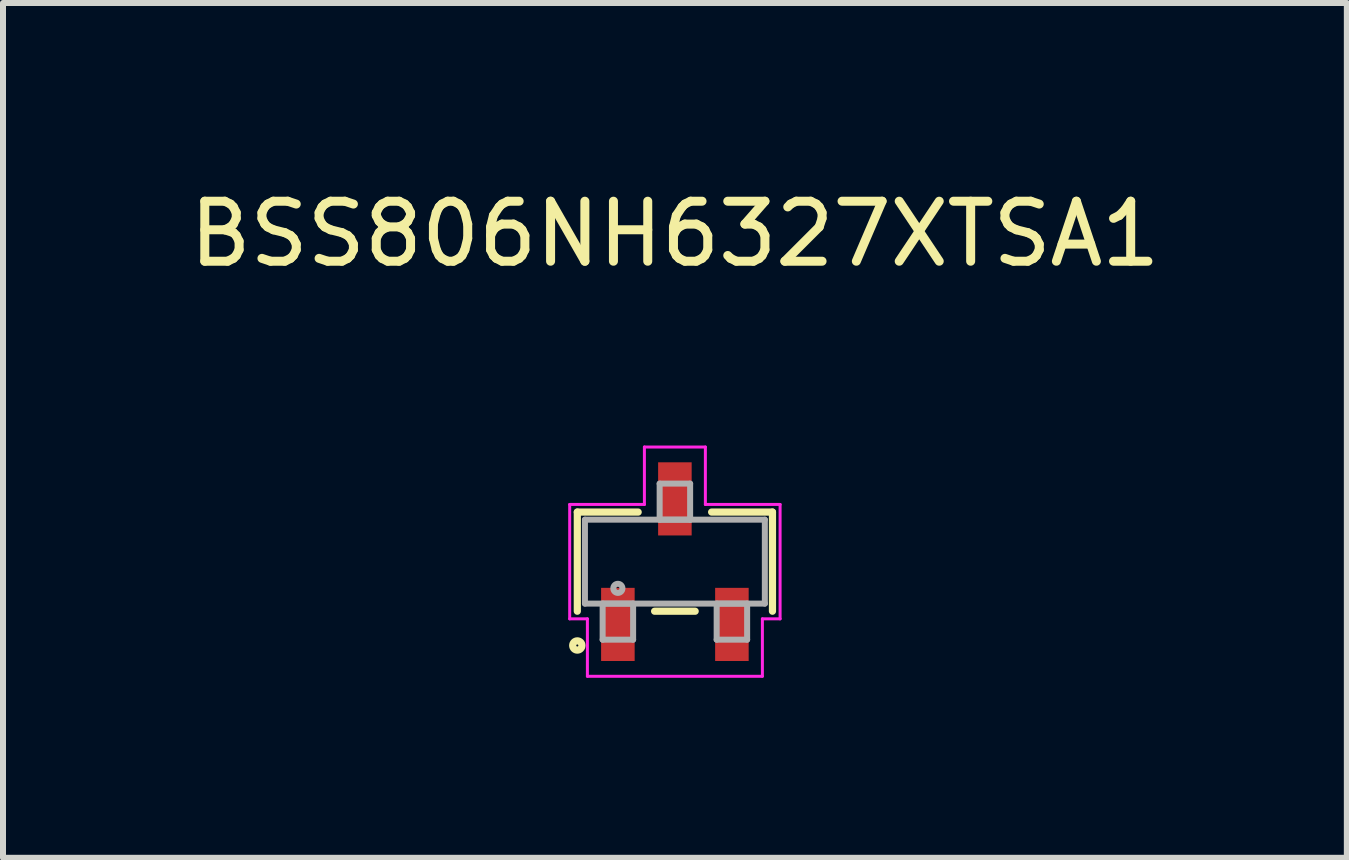
<source format=kicad_pcb>
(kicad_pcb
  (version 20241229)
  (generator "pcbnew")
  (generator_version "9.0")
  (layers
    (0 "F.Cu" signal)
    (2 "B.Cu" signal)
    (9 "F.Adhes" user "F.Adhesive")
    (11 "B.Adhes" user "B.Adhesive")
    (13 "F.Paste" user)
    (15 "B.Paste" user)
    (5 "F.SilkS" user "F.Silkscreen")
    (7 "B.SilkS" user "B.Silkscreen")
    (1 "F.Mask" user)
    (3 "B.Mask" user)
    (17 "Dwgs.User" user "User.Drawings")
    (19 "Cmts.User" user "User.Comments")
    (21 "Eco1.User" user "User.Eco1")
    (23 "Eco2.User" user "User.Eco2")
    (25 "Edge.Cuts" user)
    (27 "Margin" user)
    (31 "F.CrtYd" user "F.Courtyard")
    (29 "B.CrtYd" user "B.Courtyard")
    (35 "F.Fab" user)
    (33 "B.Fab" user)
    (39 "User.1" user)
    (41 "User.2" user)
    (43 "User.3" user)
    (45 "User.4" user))
  (footprint "BSS806NH6327XTSA1"
    (layer "F.Cu")
    (at 8.196 6.309)
    (property "Reference" "BSS806NH6327XTSA1" (at 0 -5.461 0) (layer "F.SilkS") (effects (font (size 1 1) (thickness 0.15))))
    (attr through_hole)
    (fp_line (start -1.626 -0.826) (end -1.626 0.826) (stroke (width 0.12) (type solid)) (layer "F.SilkS"))
    (fp_line (start -0.612 -0.826) (end -1.626 -0.826) (stroke (width 0.12) (type solid)) (layer "F.SilkS"))
    (fp_line (start -0.338 0.826) (end 0.338 0.826) (stroke (width 0.12) (type solid)) (layer "F.SilkS"))
    (fp_line (start 1.626 -0.826) (end 0.612 -0.826) (stroke (width 0.12) (type solid)) (layer "F.SilkS"))
    (fp_line (start 1.626 0.826) (end 1.626 -0.826) (stroke (width 0.12) (type solid)) (layer "F.SilkS"))
    (fp_circle (center -1.626 1.397) (end -1.549 1.397) (stroke (width 0.12) (type solid)) (fill no) (layer "F.SilkS"))
    (fp_line (start -1.753 -0.953) (end -0.508 -0.953) (stroke (width 0.05) (type solid)) (layer "F.CrtYd"))
    (fp_line (start -1.753 0.953) (end -1.753 -0.953) (stroke (width 0.05) (type solid)) (layer "F.CrtYd"))
    (fp_line (start -1.753 0.953) (end -1.458 0.953) (stroke (width 0.05) (type solid)) (layer "F.CrtYd"))
    (fp_line (start -1.458 0.953) (end -1.458 1.91) (stroke (width 0.05) (type solid)) (layer "F.CrtYd"))
    (fp_line (start -1.458 1.91) (end 1.458 1.91) (stroke (width 0.05) (type solid)) (layer "F.CrtYd"))
    (fp_line (start -0.508 -1.91) (end 0.508 -1.91) (stroke (width 0.05) (type solid)) (layer "F.CrtYd"))
    (fp_line (start -0.508 -0.953) (end -0.508 -1.91) (stroke (width 0.05) (type solid)) (layer "F.CrtYd"))
    (fp_line (start 0.508 -0.953) (end 0.508 -1.91) (stroke (width 0.05) (type solid)) (layer "F.CrtYd"))
    (fp_line (start 1.458 0.953) (end 1.458 1.91) (stroke (width 0.05) (type solid)) (layer "F.CrtYd"))
    (fp_line (start 1.753 -0.953) (end 0.508 -0.953) (stroke (width 0.05) (type solid)) (layer "F.CrtYd"))
    (fp_line (start 1.753 -0.953) (end 1.753 0.953) (stroke (width 0.05) (type solid)) (layer "F.CrtYd"))
    (fp_line (start 1.753 0.953) (end 1.458 0.953) (stroke (width 0.05) (type solid)) (layer "F.CrtYd"))
    (fp_line (start -1.499 -0.699) (end -1.499 0.699) (stroke (width 0.1) (type solid)) (layer "F.Fab"))
    (fp_line (start -1.499 0.699) (end 1.499 0.699) (stroke (width 0.1) (type solid)) (layer "F.Fab"))
    (fp_line (start -1.204 0.699) (end -1.204 1.3) (stroke (width 0.1) (type solid)) (layer "F.Fab"))
    (fp_line (start -1.204 1.3) (end -0.696 1.3) (stroke (width 0.1) (type solid)) (layer "F.Fab"))
    (fp_line (start -0.696 0.699) (end -1.204 0.699) (stroke (width 0.1) (type solid)) (layer "F.Fab"))
    (fp_line (start -0.696 1.3) (end -0.696 0.699) (stroke (width 0.1) (type solid)) (layer "F.Fab"))
    (fp_line (start -0.254 -1.3) (end -0.254 -0.699) (stroke (width 0.1) (type solid)) (layer "F.Fab"))
    (fp_line (start -0.254 -0.699) (end 0.254 -0.699) (stroke (width 0.1) (type solid)) (layer "F.Fab"))
    (fp_line (start 0.254 -1.3) (end -0.254 -1.3) (stroke (width 0.1) (type solid)) (layer "F.Fab"))
    (fp_line (start 0.254 -0.699) (end 0.254 -1.3) (stroke (width 0.1) (type solid)) (layer "F.Fab"))
    (fp_line (start 0.696 0.699) (end 0.696 1.3) (stroke (width 0.1) (type solid)) (layer "F.Fab"))
    (fp_line (start 0.696 1.3) (end 1.204 1.3) (stroke (width 0.1) (type solid)) (layer "F.Fab"))
    (fp_line (start 1.204 0.699) (end 0.696 0.699) (stroke (width 0.1) (type solid)) (layer "F.Fab"))
    (fp_line (start 1.204 1.3) (end 1.204 0.699) (stroke (width 0.1) (type solid)) (layer "F.Fab"))
    (fp_line (start 1.499 -0.699) (end -1.499 -0.699) (stroke (width 0.1) (type solid)) (layer "F.Fab"))
    (fp_line (start 1.499 0.699) (end 1.499 -0.699) (stroke (width 0.1) (type solid)) (layer "F.Fab"))
    (fp_circle (center -0.95 0.445) (end -0.874 0.445) (stroke (width 0.1) (type solid)) (fill no) (layer "F.Fab"))
    (pad "1" smd rect (at -0.95 1.046) (size 0.559 1.219) (layers "F.Cu" "F.Mask" "F.Paste"))
    (pad "2" smd rect (at 0.95 1.046) (size 0.559 1.219) (layers "F.Cu" "F.Mask" "F.Paste"))
    (pad "3" smd rect (at 0 -1.046) (size 0.559 1.219) (layers "F.Cu" "F.Mask" "F.Paste")))
  (gr_rect
    (start -3 -3)
    (end 19.393 11.244)
    (stroke (width 0.1) (type default))
    (fill no)
    (layer "Edge.Cuts")))
</source>
